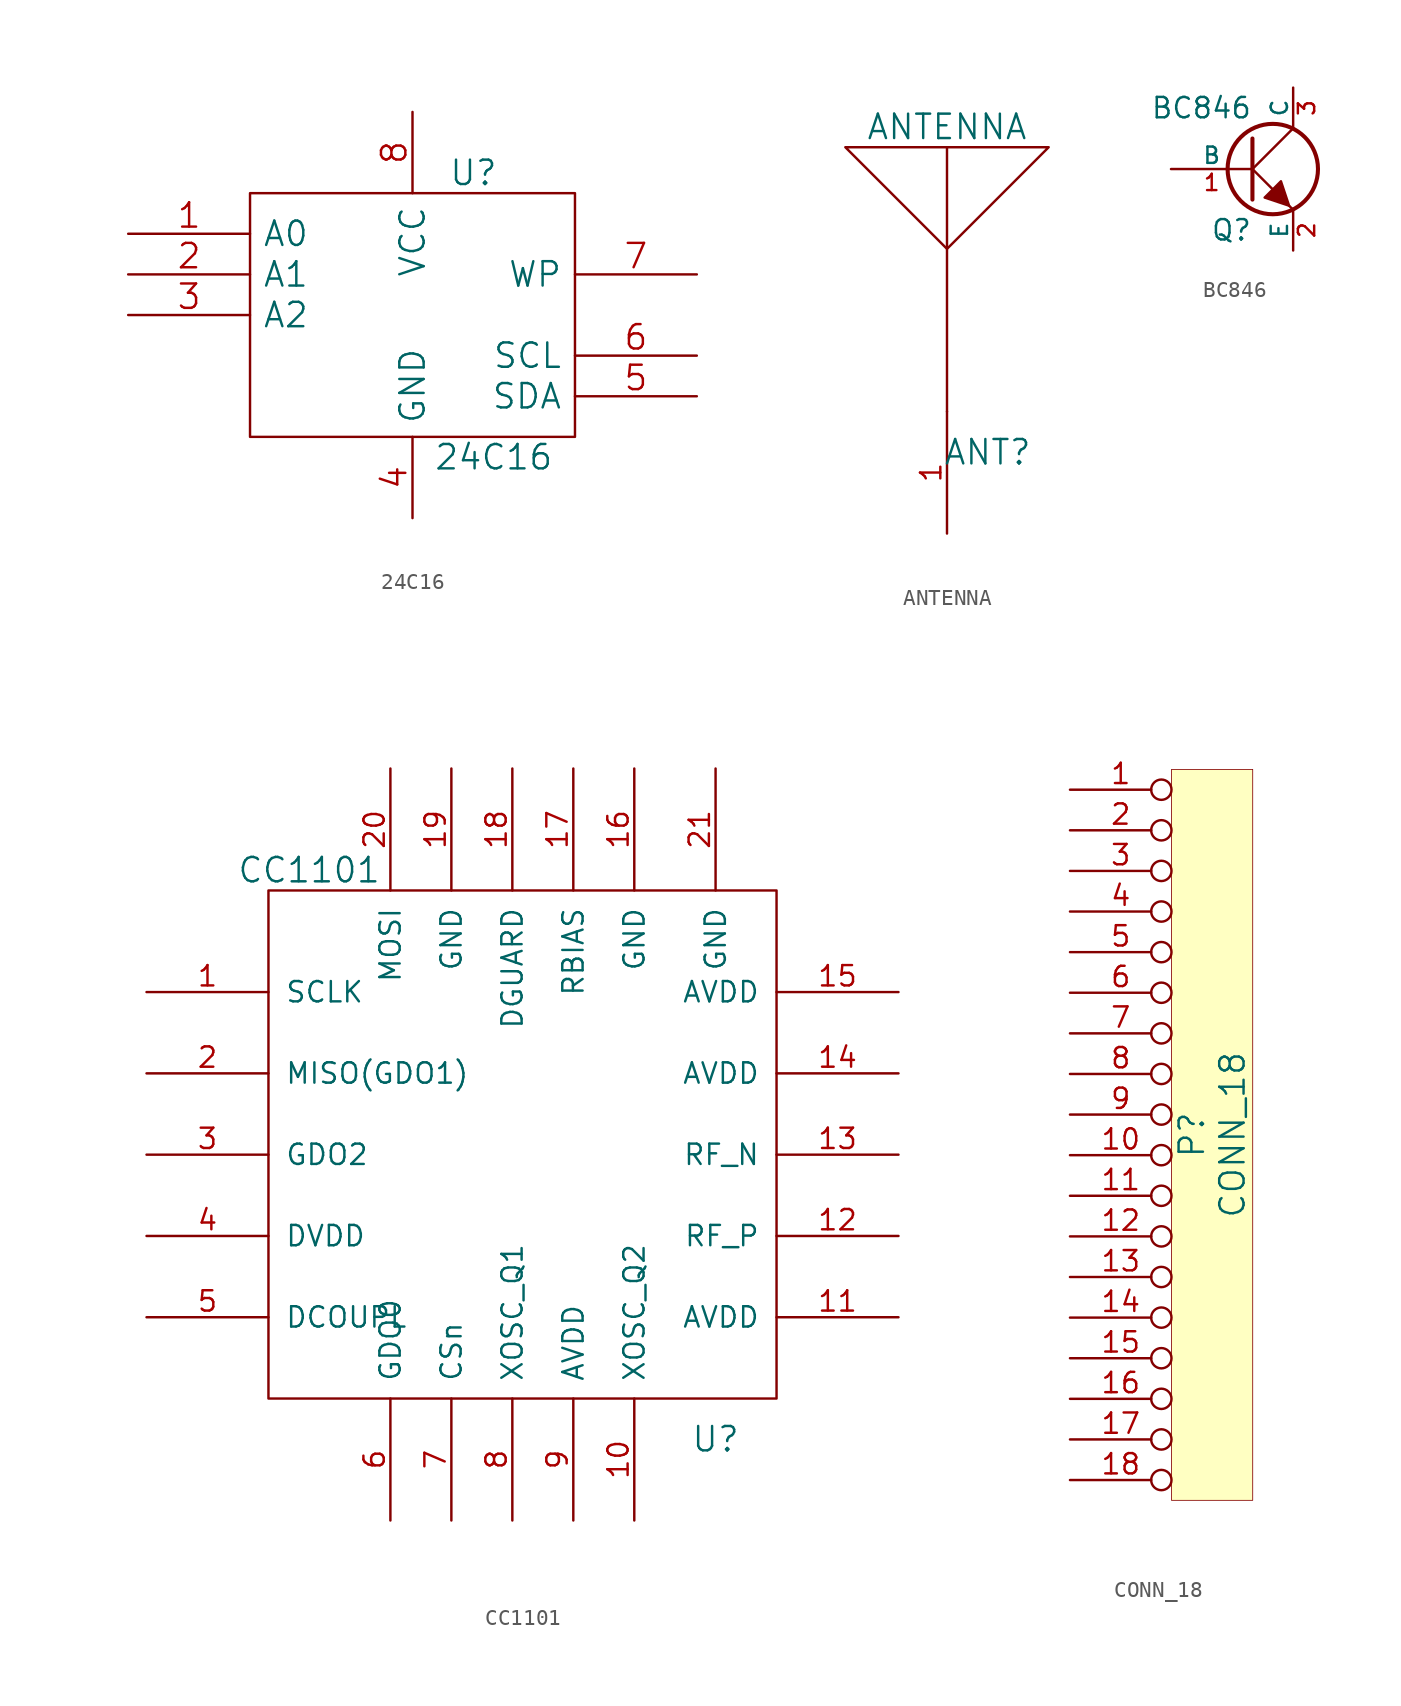
<source format=kicad_sym>
(kicad_symbol_lib
  (version 20211014)
  (generator kicad_symbol_editor)
  (symbol "24C16"
    (pin_names
      (offset 0.762))
    (property "Reference" "U"
      (at 3.81 8.89 0)
      (effects (font (size 1.524 1.524))))
    (property "Value" "24C16"
      (at 5.08 -8.89 0)
      (effects (font (size 1.524 1.524))))
    (property "Footprint" ""
      (at 0 0 0)
      (effects (font (size 1.524 1.524))))
    (property "Datasheet" ""
      (at 0 0 0)
      (effects (font (size 1.524 1.524))))
    (symbol "24C16_0_0"
      (pin power_in line (at 0 -12.7 90) (length 5.08) (name "GND" (effects (font (size 1.524 1.524)))) (number "4" (effects (font (size 1.524 1.524)))))
      (pin input line (at 0 12.7 270) (length 5.08) (name "VCC" (effects (font (size 1.524 1.524)))) (number "8" (effects (font (size 1.524 1.524))))))
    (symbol "24C16_1_1"
      (rectangle (start -10.16 -7.62) (end 10.16 7.62) (stroke (width 0) (type default) (color 0 0 0 0)) (fill (type none)))
      (pin input line (at -17.78 5.08 0) (length 7.62) (name "A0" (effects (font (size 1.524 1.524)))) (number "1" (effects (font (size 1.524 1.524)))))
      (pin input line (at -17.78 2.54 0) (length 7.62) (name "A1" (effects (font (size 1.524 1.524)))) (number "2" (effects (font (size 1.524 1.524)))))
      (pin input line (at -17.78 0 0) (length 7.62) (name "A2" (effects (font (size 1.524 1.524)))) (number "3" (effects (font (size 1.524 1.524)))))
      (pin bidirectional line (at 17.78 -5.08 180) (length 7.62) (name "SDA" (effects (font (size 1.524 1.524)))) (number "5" (effects (font (size 1.524 1.524)))))
      (pin input line (at 17.78 -2.54 180) (length 7.62) (name "SCL" (effects (font (size 1.524 1.524)))) (number "6" (effects (font (size 1.524 1.524)))))
      (pin input line (at 17.78 2.54 180) (length 7.62) (name "WP" (effects (font (size 1.524 1.524)))) (number "7" (effects (font (size 1.524 1.524)))))))
  (symbol "ANTENNA"
    (pin_names
      (offset 1.016))
    (property "Reference" "ANT"
      (at 2.54 -5.08 0)
      (effects (font (size 1.524 1.524))))
    (property "Value" "ANTENNA"
      (at 0 15.24 0)
      (effects (font (size 1.524 1.524))))
    (property "Footprint" ""
      (at 0 0 0)
      (effects (font (size 1.524 1.524))))
    (property "Datasheet" ""
      (at 0 0 0)
      (effects (font (size 1.524 1.524))))
    (symbol "ANTENNA_0_1"
      (polyline (pts (xy 0 7.62) (xy 0 13.97)) (stroke (width 0) (type default) (color 0 0 0 0)) (fill (type none)))
      (polyline (pts (xy 0 -2.54) (xy 0 7.62) (xy -6.35 13.97) (xy 6.35 13.97) (xy 0 7.62)) (stroke (width 0) (type default) (color 0 0 0 0)) (fill (type none))))
    (symbol "ANTENNA_1_1"
      (pin input line (at 0 -10.16 90) (length 7.62) (name "~" (effects (font (size 1.27 1.27)))) (number "1" (effects (font (size 1.27 1.27)))))))
  (symbol "BC846"
    (pin_names
      (offset 0))
    (property "Reference" "Q"
      (at 0 -3.81 0)
      (effects (font (size 1.27 1.27)) (justify right)))
    (property "Value" "BC846"
      (at 0 3.81 0)
      (effects (font (size 1.27 1.27)) (justify right)))
    (property "Footprint" ""
      (at 0 0 0)
      (effects (font (size 1.524 1.524))))
    (property "Datasheet" ""
      (at 0 0 0)
      (effects (font (size 1.524 1.524))))
    (symbol "BC846_0_1"
      (polyline (pts (xy 0 0) (xy 2.54 2.54)) (stroke (width 0) (type default) (color 0 0 0 0)) (fill (type none)))
      (polyline (pts (xy 0 1.905) (xy 0 -1.905) (xy 0 -1.905)) (stroke (width 0.254) (type default) (color 0 0 0 0)) (fill (type none)))
      (polyline (pts (xy 1.27 -1.27) (xy 0 0) (xy 0 0)) (stroke (width 0) (type default) (color 0 0 0 0)) (fill (type none)))
      (polyline (pts (xy 2.286 -2.286) (xy 2.54 -2.54) (xy 2.54 -2.54)) (stroke (width 0) (type default) (color 0 0 0 0)) (fill (type none)))
      (polyline (pts (xy 2.286 -2.286) (xy 1.778 -0.762) (xy 0.762 -1.778) (xy 2.286 -2.286) (xy 2.286 -2.286)) (stroke (width 0) (type default) (color 0 0 0 0)) (fill (type outline)))
      (circle (center 1.27 0) (radius 2.819) (stroke (width 0.254) (type default) (color 0 0 0 0)) (fill (type none))))
    (symbol "BC846_1_1"
      (pin input line (at -5.08 0 0) (length 5.08) (name "B" (effects (font (size 1.016 1.016)))) (number "1" (effects (font (size 1.016 1.016)))))
      (pin passive line (at 2.54 -5.08 90) (length 2.54) (name "E" (effects (font (size 1.016 1.016)))) (number "2" (effects (font (size 1.016 1.016)))))
      (pin passive line (at 2.54 5.08 270) (length 2.54) (name "C" (effects (font (size 1.016 1.016)))) (number "3" (effects (font (size 1.016 1.016)))))))
  (symbol "CC1101"
    (pin_names
      (offset 1.016))
    (property "Reference" "U"
      (at 12.7 -17.78 0)
      (effects (font (size 1.524 1.524))))
    (property "Value" "CC1101"
      (at -12.7 17.78 0)
      (effects (font (size 1.524 1.524))))
    (property "Footprint" ""
      (at 0 0 0)
      (effects (font (size 1.524 1.524))))
    (property "Datasheet" ""
      (at 0 0 0)
      (effects (font (size 1.524 1.524))))
    (symbol "CC1101_0_1"
      (rectangle (start -15.24 16.51) (end 16.51 -15.24) (stroke (width 0) (type default) (color 0 0 0 0)) (fill (type none))))
    (symbol "CC1101_1_1"
      (pin input line (at -22.86 10.16 0) (length 7.62) (name "SCLK" (effects (font (size 1.27 1.27)))) (number "1" (effects (font (size 1.27 1.27)))))
      (pin input line (at 7.62 -22.86 90) (length 7.62) (name "XOSC_Q2" (effects (font (size 1.27 1.27)))) (number "10" (effects (font (size 1.27 1.27)))))
      (pin input line (at 24.13 -10.16 180) (length 7.62) (name "AVDD" (effects (font (size 1.27 1.27)))) (number "11" (effects (font (size 1.27 1.27)))))
      (pin input line (at 24.13 -5.08 180) (length 7.62) (name "RF_P" (effects (font (size 1.27 1.27)))) (number "12" (effects (font (size 1.27 1.27)))))
      (pin input line (at 24.13 0 180) (length 7.62) (name "RF_N" (effects (font (size 1.27 1.27)))) (number "13" (effects (font (size 1.27 1.27)))))
      (pin input line (at 24.13 5.08 180) (length 7.62) (name "AVDD" (effects (font (size 1.27 1.27)))) (number "14" (effects (font (size 1.27 1.27)))))
      (pin input line (at 24.13 10.16 180) (length 7.62) (name "AVDD" (effects (font (size 1.27 1.27)))) (number "15" (effects (font (size 1.27 1.27)))))
      (pin input line (at 7.62 24.13 270) (length 7.62) (name "GND" (effects (font (size 1.27 1.27)))) (number "16" (effects (font (size 1.27 1.27)))))
      (pin input line (at 3.81 24.13 270) (length 7.62) (name "RBIAS" (effects (font (size 1.27 1.27)))) (number "17" (effects (font (size 1.27 1.27)))))
      (pin input line (at 0 24.13 270) (length 7.62) (name "DGUARD" (effects (font (size 1.27 1.27)))) (number "18" (effects (font (size 1.27 1.27)))))
      (pin input line (at -3.81 24.13 270) (length 7.62) (name "GND" (effects (font (size 1.27 1.27)))) (number "19" (effects (font (size 1.27 1.27)))))
      (pin input line (at -22.86 5.08 0) (length 7.62) (name "MISO(GDO1)" (effects (font (size 1.27 1.27)))) (number "2" (effects (font (size 1.27 1.27)))))
      (pin input line (at -7.62 24.13 270) (length 7.62) (name "MOSI" (effects (font (size 1.27 1.27)))) (number "20" (effects (font (size 1.27 1.27)))))
      (pin input line (at 12.7 24.13 270) (length 7.62) (name "GND" (effects (font (size 1.27 1.27)))) (number "21" (effects (font (size 1.27 1.27)))))
      (pin input line (at -22.86 0 0) (length 7.62) (name "GDO2" (effects (font (size 1.27 1.27)))) (number "3" (effects (font (size 1.27 1.27)))))
      (pin input line (at -22.86 -5.08 0) (length 7.62) (name "DVDD" (effects (font (size 1.27 1.27)))) (number "4" (effects (font (size 1.27 1.27)))))
      (pin input line (at -22.86 -10.16 0) (length 7.62) (name "DCOUPL" (effects (font (size 1.27 1.27)))) (number "5" (effects (font (size 1.27 1.27)))))
      (pin input line (at -7.62 -22.86 90) (length 7.62) (name "GDO0" (effects (font (size 1.27 1.27)))) (number "6" (effects (font (size 1.27 1.27)))))
      (pin input line (at -3.81 -22.86 90) (length 7.62) (name "CSn" (effects (font (size 1.27 1.27)))) (number "7" (effects (font (size 1.27 1.27)))))
      (pin input line (at 0 -22.86 90) (length 7.62) (name "XOSC_Q1" (effects (font (size 1.27 1.27)))) (number "8" (effects (font (size 1.27 1.27)))))
      (pin input line (at 3.81 -22.86 90) (length 7.62) (name "AVDD" (effects (font (size 1.27 1.27)))) (number "9" (effects (font (size 1.27 1.27)))))))
  (symbol "CONN_18"
    (pin_names
      (offset 1.016) hide)
    (property "Reference" "P"
      (at 1.27 0 90)
      (effects (font (size 1.524 1.524))))
    (property "Value" "CONN_18"
      (at 3.81 0 90)
      (effects (font (size 1.524 1.524))))
    (property "Footprint" ""
      (at 0 0 0)
      (effects (font (size 1.524 1.524))))
    (property "Datasheet" ""
      (at 0 0 0)
      (effects (font (size 1.524 1.524))))
    (symbol "CONN_18_0_1"
      (rectangle (start 5.08 22.86) (end 0 -22.86) (stroke (width 0.051) (type default) (color 0 0 0 0)) (fill (type background))))
    (symbol "CONN_18_1_1"
      (pin passive inverted (at -6.35 21.59 0) (length 6.35) (name "P1" (effects (font (size 1.27 1.27)))) (number "1" (effects (font (size 1.27 1.27)))))
      (pin passive inverted (at -6.35 -1.27 0) (length 6.35) (name "P10" (effects (font (size 1.27 1.27)))) (number "10" (effects (font (size 1.27 1.27)))))
      (pin passive inverted (at -6.35 -3.81 0) (length 6.35) (name "P11" (effects (font (size 1.27 1.27)))) (number "11" (effects (font (size 1.27 1.27)))))
      (pin passive inverted (at -6.35 -6.35 0) (length 6.35) (name "P12" (effects (font (size 1.27 1.27)))) (number "12" (effects (font (size 1.27 1.27)))))
      (pin passive inverted (at -6.35 -8.89 0) (length 6.35) (name "P13" (effects (font (size 1.27 1.27)))) (number "13" (effects (font (size 1.27 1.27)))))
      (pin passive inverted (at -6.35 -11.43 0) (length 6.35) (name "P14" (effects (font (size 1.27 1.27)))) (number "14" (effects (font (size 1.27 1.27)))))
      (pin passive inverted (at -6.35 -13.97 0) (length 6.35) (name "P15" (effects (font (size 1.27 1.27)))) (number "15" (effects (font (size 1.27 1.27)))))
      (pin passive inverted (at -6.35 -16.51 0) (length 6.35) (name "P16" (effects (font (size 1.27 1.27)))) (number "16" (effects (font (size 1.27 1.27)))))
      (pin passive inverted (at -6.35 -19.05 0) (length 6.35) (name "P17" (effects (font (size 1.27 1.27)))) (number "17" (effects (font (size 1.27 1.27)))))
      (pin passive inverted (at -6.35 -21.59 0) (length 6.35) (name "P18" (effects (font (size 1.27 1.27)))) (number "18" (effects (font (size 1.27 1.27)))))
      (pin passive inverted (at -6.35 19.05 0) (length 6.35) (name "P2" (effects (font (size 1.27 1.27)))) (number "2" (effects (font (size 1.27 1.27)))))
      (pin passive inverted (at -6.35 16.51 0) (length 6.35) (name "P3" (effects (font (size 1.27 1.27)))) (number "3" (effects (font (size 1.27 1.27)))))
      (pin passive inverted (at -6.35 13.97 0) (length 6.35) (name "P4" (effects (font (size 1.27 1.27)))) (number "4" (effects (font (size 1.27 1.27)))))
      (pin passive inverted (at -6.35 11.43 0) (length 6.35) (name "P5" (effects (font (size 1.27 1.27)))) (number "5" (effects (font (size 1.27 1.27)))))
      (pin passive inverted (at -6.35 8.89 0) (length 6.35) (name "P6" (effects (font (size 1.27 1.27)))) (number "6" (effects (font (size 1.27 1.27)))))
      (pin passive inverted (at -6.35 6.35 0) (length 6.35) (name "P7" (effects (font (size 1.27 1.27)))) (number "7" (effects (font (size 1.27 1.27)))))
      (pin passive inverted (at -6.35 3.81 0) (length 6.35) (name "P8" (effects (font (size 1.27 1.27)))) (number "8" (effects (font (size 1.27 1.27)))))
      (pin passive inverted (at -6.35 1.27 0) (length 6.35) (name "P9" (effects (font (size 1.27 1.27)))) (number "9" (effects (font (size 1.27 1.27))))))))
</source>
